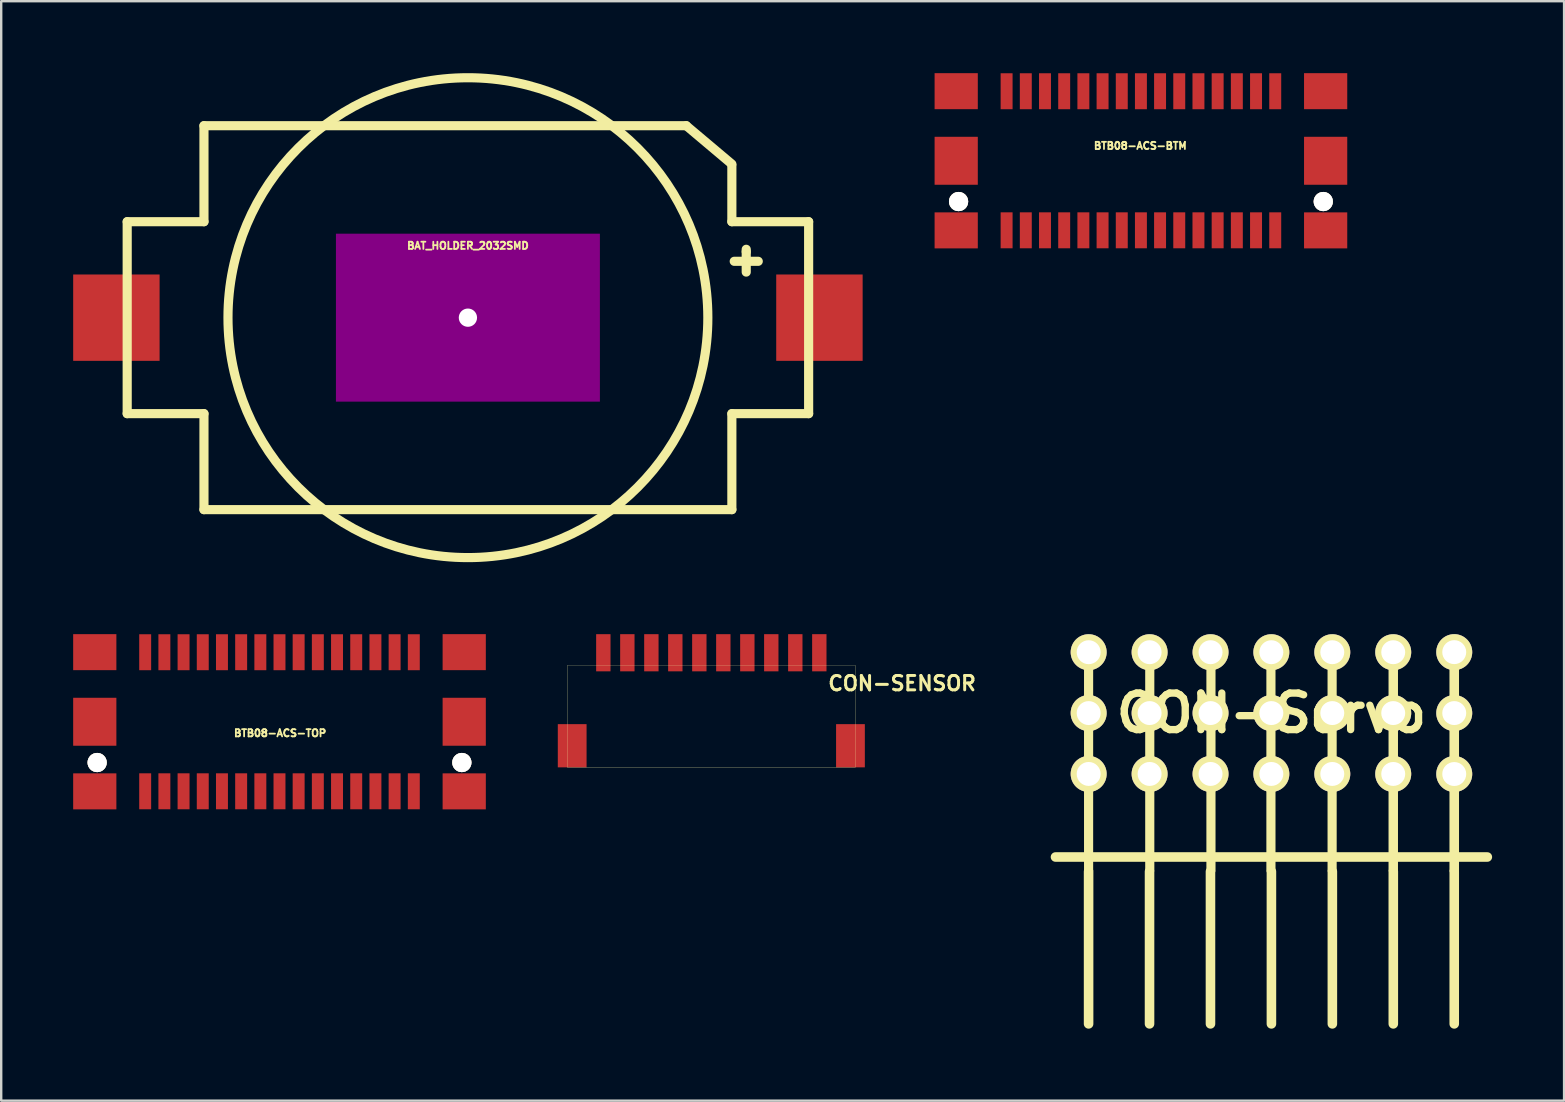
<source format=kicad_pcb>
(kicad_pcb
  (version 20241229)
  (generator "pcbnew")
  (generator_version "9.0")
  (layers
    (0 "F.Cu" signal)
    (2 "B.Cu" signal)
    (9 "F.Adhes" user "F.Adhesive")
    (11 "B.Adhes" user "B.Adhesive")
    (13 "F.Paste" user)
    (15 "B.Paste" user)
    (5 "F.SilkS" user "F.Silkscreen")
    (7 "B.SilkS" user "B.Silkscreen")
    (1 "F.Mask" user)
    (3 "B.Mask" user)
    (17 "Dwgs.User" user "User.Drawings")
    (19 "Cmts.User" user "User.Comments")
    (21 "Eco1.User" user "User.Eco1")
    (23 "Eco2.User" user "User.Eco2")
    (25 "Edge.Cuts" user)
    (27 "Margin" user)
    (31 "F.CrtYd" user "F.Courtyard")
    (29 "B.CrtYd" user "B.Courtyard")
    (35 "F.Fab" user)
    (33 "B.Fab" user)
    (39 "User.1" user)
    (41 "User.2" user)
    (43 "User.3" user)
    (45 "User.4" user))
  (footprint "BTB08-ACS-TOP"
    (layer "F.Cu")
    (at 8.599 27.032)
    (property "Reference" "BTB08-ACS-TOP" (at 0.025 0.475 0) (layer "F.SilkS") (effects (font (size 0.3 0.3) (thickness 0.075))))
    (attr smd)
    (fp_line (start -6.401 -1.801) (end -6.401 1.801) (stroke (width 0.001) (type solid)) (layer "F.SilkS"))
    (fp_line (start -6.401 1.801) (end 6.401 1.801) (stroke (width 0.001) (type solid)) (layer "F.SilkS"))
    (fp_line (start -5.799 -0.399) (end -5.799 0.8) (stroke (width 0.001) (type solid)) (layer "F.SilkS"))
    (fp_line (start -5.799 0.8) (end 5.799 0.8) (stroke (width 0.001) (type solid)) (layer "F.SilkS"))
    (fp_line (start -5.4 -0.8) (end -5.4 -0.399) (stroke (width 0.001) (type solid)) (layer "F.SilkS"))
    (fp_line (start -5.4 -0.399) (end -5.799 -0.399) (stroke (width 0.001) (type solid)) (layer "F.SilkS"))
    (fp_line (start 5.199 1.801) (end 5.598 1.199) (stroke (width 0.001) (type solid)) (layer "F.SilkS"))
    (fp_line (start 5.4 -0.8) (end -5.4 -0.8) (stroke (width 0.001) (type solid)) (layer "F.SilkS"))
    (fp_line (start 5.4 -0.399) (end 5.4 -0.8) (stroke (width 0.001) (type solid)) (layer "F.SilkS"))
    (fp_line (start 5.598 1.199) (end 5.999 1.801) (stroke (width 0.001) (type solid)) (layer "F.SilkS"))
    (fp_line (start 5.799 -0.399) (end 5.4 -0.399) (stroke (width 0.001) (type solid)) (layer "F.SilkS"))
    (fp_line (start 5.799 0.8) (end 5.799 -0.399) (stroke (width 0.001) (type solid)) (layer "F.SilkS"))
    (fp_line (start 6.401 -1.801) (end -6.401 -1.801) (stroke (width 0.001) (type solid)) (layer "F.SilkS"))
    (fp_line (start 6.401 1.801) (end 6.401 -1.801) (stroke (width 0.001) (type solid)) (layer "F.SilkS"))
    (pad "" thru_hole circle (at -7.6 1.699) (size 0.8 0.8) (drill 0.8) (layers "*.Cu" "*.Mask" "F.SilkS"))
    (pad "" thru_hole circle (at 7.6 1.699) (size 0.8 0.8) (drill 0.8) (layers "*.Cu" "*.Mask" "F.SilkS"))
    (pad "1" smd rect (at 5.598 2.898 180) (size 0.498 1.499) (layers "F.Cu" "F.Mask" "F.Paste"))
    (pad "2" smd rect (at 5.598 -2.898) (size 0.498 1.499) (layers "F.Cu" "F.Mask" "F.Paste"))
    (pad "3" smd rect (at 4.798 2.898 180) (size 0.498 1.499) (layers "F.Cu" "F.Mask" "F.Paste"))
    (pad "4" smd rect (at 4.798 -2.898) (size 0.498 1.499) (layers "F.Cu" "F.Mask" "F.Paste"))
    (pad "5" smd rect (at 3.998 2.898 180) (size 0.498 1.499) (layers "F.Cu" "F.Mask" "F.Paste"))
    (pad "6" smd rect (at 3.998 -2.898) (size 0.498 1.499) (layers "F.Cu" "F.Mask" "F.Paste"))
    (pad "7" smd rect (at 3.198 2.898 180) (size 0.498 1.499) (layers "F.Cu" "F.Mask" "F.Paste"))
    (pad "8" smd rect (at 3.198 -2.898) (size 0.498 1.499) (layers "F.Cu" "F.Mask" "F.Paste"))
    (pad "9" smd rect (at 2.398 2.898 180) (size 0.498 1.499) (layers "F.Cu" "F.Mask" "F.Paste"))
    (pad "10" smd rect (at 2.398 -2.898) (size 0.498 1.499) (layers "F.Cu" "F.Mask" "F.Paste"))
    (pad "11" smd rect (at 1.598 2.898 180) (size 0.498 1.499) (layers "F.Cu" "F.Mask" "F.Paste"))
    (pad "12" smd rect (at 1.598 -2.898) (size 0.498 1.499) (layers "F.Cu" "F.Mask" "F.Paste"))
    (pad "13" smd rect (at 0.798 2.898 180) (size 0.498 1.499) (layers "F.Cu" "F.Mask" "F.Paste"))
    (pad "14" smd rect (at 0.798 -2.898) (size 0.498 1.499) (layers "F.Cu" "F.Mask" "F.Paste"))
    (pad "15" smd rect (at 0 2.898 180) (size 0.498 1.499) (layers "F.Cu" "F.Mask" "F.Paste"))
    (pad "16" smd rect (at 0 -2.898) (size 0.498 1.499) (layers "F.Cu" "F.Mask" "F.Paste"))
    (pad "17" smd rect (at -0.798 2.898 180) (size 0.498 1.499) (layers "F.Cu" "F.Mask" "F.Paste"))
    (pad "18" smd rect (at -0.798 -2.898) (size 0.498 1.499) (layers "F.Cu" "F.Mask" "F.Paste"))
    (pad "19" smd rect (at -1.598 2.898 180) (size 0.498 1.499) (layers "F.Cu" "F.Mask" "F.Paste"))
    (pad "20" smd rect (at -1.598 -2.898) (size 0.498 1.499) (layers "F.Cu" "F.Mask" "F.Paste"))
    (pad "21" smd rect (at -2.398 2.898 180) (size 0.498 1.499) (layers "F.Cu" "F.Mask" "F.Paste"))
    (pad "22" smd rect (at -2.398 -2.898) (size 0.498 1.499) (layers "F.Cu" "F.Mask" "F.Paste"))
    (pad "23" smd rect (at -3.198 2.898 180) (size 0.498 1.499) (layers "F.Cu" "F.Mask" "F.Paste"))
    (pad "24" smd rect (at -3.198 -2.898) (size 0.498 1.499) (layers "F.Cu" "F.Mask" "F.Paste"))
    (pad "25" smd rect (at -3.998 2.898 180) (size 0.498 1.499) (layers "F.Cu" "F.Mask" "F.Paste"))
    (pad "26" smd rect (at -3.998 -2.898) (size 0.498 1.499) (layers "F.Cu" "F.Mask" "F.Paste"))
    (pad "27" smd rect (at -4.798 2.898 180) (size 0.498 1.499) (layers "F.Cu" "F.Mask" "F.Paste"))
    (pad "28" smd rect (at -4.798 -2.898) (size 0.498 1.499) (layers "F.Cu" "F.Mask" "F.Paste"))
    (pad "29" smd rect (at -5.598 2.898 180) (size 0.498 1.499) (layers "F.Cu" "F.Mask" "F.Paste"))
    (pad "30" smd rect (at -5.598 -2.898) (size 0.498 1.499) (layers "F.Cu" "F.Mask" "F.Paste"))
    (pad "EP" smd rect (at -7.699 -2.901) (size 1.801 1.501) (layers "F.Cu" "F.Mask" "F.Paste"))
    (pad "EP" smd rect (at -7.699 0) (size 1.801 1.999) (layers "F.Cu" "F.Mask" "F.Paste"))
    (pad "EP" smd rect (at -7.699 2.901) (size 1.801 1.501) (layers "F.Cu" "F.Mask" "F.Paste"))
    (pad "EP" smd rect (at 7.699 -2.901) (size 1.801 1.501) (layers "F.Cu" "F.Mask" "F.Paste"))
    (pad "EP" smd rect (at 7.699 0) (size 1.801 1.999) (layers "F.Cu" "F.Mask" "F.Paste"))
    (pad "EP" smd rect (at 7.699 2.901) (size 1.801 1.501) (layers "F.Cu" "F.Mask" "F.Paste")))
  (footprint "BAT_HOLDER_2032SMD"
    (layer "F.Cu")
    (at 16.452 10.19)
    (property "Reference" "BAT_HOLDER_2032SMD" (at 0 -3 0) (layer "F.SilkS") (effects (font (size 0.3 0.3) (thickness 0.076))))
    (attr through_hole)
    (fp_line (start -14.201 -4) (end -14.201 4) (stroke (width 0.381) (type solid)) (layer "F.SilkS"))
    (fp_line (start -11.001 -8.001) (end -11.001 -4) (stroke (width 0.381) (type solid)) (layer "F.SilkS"))
    (fp_line (start -11.001 -8.001) (end 9.101 -8.001) (stroke (width 0.381) (type solid)) (layer "F.SilkS"))
    (fp_line (start -11.001 -4) (end -14.201 -4) (stroke (width 0.381) (type solid)) (layer "F.SilkS"))
    (fp_line (start -11.001 4) (end -14.201 4) (stroke (width 0.381) (type solid)) (layer "F.SilkS"))
    (fp_line (start -11.001 8.001) (end -11.001 4) (stroke (width 0.381) (type solid)) (layer "F.SilkS"))
    (fp_line (start -11.001 8.001) (end 11.001 8.001) (stroke (width 0.381) (type solid)) (layer "F.SilkS"))
    (fp_line (start 9.101 -8.001) (end 11.001 -6.401) (stroke (width 0.381) (type solid)) (layer "F.SilkS"))
    (fp_line (start 11.001 -4) (end 11.001 -6.35) (stroke (width 0.381) (type solid)) (layer "F.SilkS"))
    (fp_line (start 11.001 -4) (end 14.201 -4) (stroke (width 0.381) (type solid)) (layer "F.SilkS"))
    (fp_line (start 11.001 4) (end 14.201 4) (stroke (width 0.381) (type solid)) (layer "F.SilkS"))
    (fp_line (start 11.001 8.001) (end 11.001 4) (stroke (width 0.381) (type solid)) (layer "F.SilkS"))
    (fp_line (start 11.1 -2.349) (end 12.101 -2.349) (stroke (width 0.381) (type solid)) (layer "F.SilkS"))
    (fp_line (start 11.6 -2.751) (end 11.6 -2.85) (stroke (width 0.381) (type solid)) (layer "F.SilkS"))
    (fp_line (start 11.6 -1.9) (end 11.6 -2.751) (stroke (width 0.381) (type solid)) (layer "F.SilkS"))
    (fp_line (start 14.201 4) (end 14.201 -4) (stroke (width 0.381) (type solid)) (layer "F.SilkS"))
    (fp_circle (center 0 0) (end 0 10) (stroke (width 0.381) (type solid)) (fill no) (layer "F.SilkS"))
    (pad "" np_thru_hole rect (at 0 0) (size 11.001 7) (drill 0.762) (layers "F.Adhes"))
    (pad "1" smd rect (at 14.651 0) (size 3.602 3.599) (layers "F.Cu" "F.Mask" "F.Paste"))
    (pad "2" smd rect (at -14.651 0) (size 3.602 3.599) (layers "F.Cu" "F.Mask" "F.Paste")))
  (footprint "BTB08-ACS-BTM"
    (layer "F.Cu")
    (at 44.502 3.651)
    (property "Reference" "BTB08-ACS-BTM" (at -0.025 -0.625 0) (layer "F.SilkS") (effects (font (size 0.3 0.3) (thickness 0.075))))
    (attr smd)
    (fp_line (start -6.401 -1.801) (end -6.401 1.801) (stroke (width 0.001) (type solid)) (layer "F.SilkS"))
    (fp_line (start -6.401 1.801) (end 6.401 1.801) (stroke (width 0.001) (type solid)) (layer "F.SilkS"))
    (fp_line (start -5.999 -0.599) (end -5.999 1.001) (stroke (width 0.001) (type solid)) (layer "F.SilkS"))
    (fp_line (start -5.999 1.001) (end 5.999 1.001) (stroke (width 0.001) (type solid)) (layer "F.SilkS"))
    (fp_line (start -5.999 1.801) (end -5.601 1.199) (stroke (width 0.001) (type solid)) (layer "F.SilkS"))
    (fp_line (start -5.601 -1.001) (end -5.601 -0.599) (stroke (width 0.001) (type solid)) (layer "F.SilkS"))
    (fp_line (start -5.601 -0.599) (end -5.999 -0.599) (stroke (width 0.001) (type solid)) (layer "F.SilkS"))
    (fp_line (start -5.601 1.199) (end -5.199 1.801) (stroke (width 0.001) (type solid)) (layer "F.SilkS"))
    (fp_line (start 5.601 -1.001) (end -5.601 -1.001) (stroke (width 0.001) (type solid)) (layer "F.SilkS"))
    (fp_line (start 5.601 -0.599) (end 5.601 -1.001) (stroke (width 0.001) (type solid)) (layer "F.SilkS"))
    (fp_line (start 5.999 -0.599) (end 5.601 -0.599) (stroke (width 0.001) (type solid)) (layer "F.SilkS"))
    (fp_line (start 5.999 1.001) (end 5.999 -0.599) (stroke (width 0.001) (type solid)) (layer "F.SilkS"))
    (fp_line (start 6.401 -1.801) (end -6.401 -1.801) (stroke (width 0.001) (type solid)) (layer "F.SilkS"))
    (fp_line (start 6.401 1.801) (end 6.401 -1.801) (stroke (width 0.001) (type solid)) (layer "F.SilkS"))
    (pad "" thru_hole circle (at -7.6 1.699) (size 0.8 0.8) (drill 0.8) (layers "*.Cu" "*.Mask" "F.SilkS"))
    (pad "" thru_hole circle (at 7.6 1.699) (size 0.8 0.8) (drill 0.8) (layers "*.Cu" "*.Mask" "F.SilkS"))
    (pad "1" smd rect (at -5.598 2.898 180) (size 0.498 1.499) (layers "F.Cu" "F.Mask" "F.Paste"))
    (pad "2" smd rect (at -5.598 -2.898) (size 0.498 1.499) (layers "F.Cu" "F.Mask" "F.Paste"))
    (pad "3" smd rect (at -4.798 2.898 180) (size 0.498 1.499) (layers "F.Cu" "F.Mask" "F.Paste"))
    (pad "4" smd rect (at -4.798 -2.898) (size 0.498 1.499) (layers "F.Cu" "F.Mask" "F.Paste"))
    (pad "5" smd rect (at -3.998 2.898 180) (size 0.498 1.499) (layers "F.Cu" "F.Mask" "F.Paste"))
    (pad "6" smd rect (at -3.998 -2.898) (size 0.498 1.499) (layers "F.Cu" "F.Mask" "F.Paste"))
    (pad "7" smd rect (at -3.198 2.898 180) (size 0.498 1.499) (layers "F.Cu" "F.Mask" "F.Paste"))
    (pad "8" smd rect (at -3.198 -2.898) (size 0.498 1.499) (layers "F.Cu" "F.Mask" "F.Paste"))
    (pad "9" smd rect (at -2.398 2.898 180) (size 0.498 1.499) (layers "F.Cu" "F.Mask" "F.Paste"))
    (pad "10" smd rect (at -2.398 -2.898) (size 0.498 1.499) (layers "F.Cu" "F.Mask" "F.Paste"))
    (pad "11" smd rect (at -1.598 2.898 180) (size 0.498 1.499) (layers "F.Cu" "F.Mask" "F.Paste"))
    (pad "12" smd rect (at -1.598 -2.898) (size 0.498 1.499) (layers "F.Cu" "F.Mask" "F.Paste"))
    (pad "13" smd rect (at -0.798 2.898 180) (size 0.498 1.499) (layers "F.Cu" "F.Mask" "F.Paste"))
    (pad "14" smd rect (at -0.798 -2.898) (size 0.498 1.499) (layers "F.Cu" "F.Mask" "F.Paste"))
    (pad "15" smd rect (at 0 2.898 180) (size 0.498 1.499) (layers "F.Cu" "F.Mask" "F.Paste"))
    (pad "16" smd rect (at 0 -2.898) (size 0.498 1.499) (layers "F.Cu" "F.Mask" "F.Paste"))
    (pad "17" smd rect (at 0.798 2.898 180) (size 0.498 1.499) (layers "F.Cu" "F.Mask" "F.Paste"))
    (pad "18" smd rect (at 0.798 -2.898) (size 0.498 1.499) (layers "F.Cu" "F.Mask" "F.Paste"))
    (pad "19" smd rect (at 1.598 2.898 180) (size 0.498 1.499) (layers "F.Cu" "F.Mask" "F.Paste"))
    (pad "20" smd rect (at 1.598 -2.898) (size 0.498 1.499) (layers "F.Cu" "F.Mask" "F.Paste"))
    (pad "21" smd rect (at 2.398 2.898 180) (size 0.498 1.499) (layers "F.Cu" "F.Mask" "F.Paste"))
    (pad "22" smd rect (at 2.398 -2.898) (size 0.498 1.499) (layers "F.Cu" "F.Mask" "F.Paste"))
    (pad "23" smd rect (at 3.198 2.898 180) (size 0.498 1.499) (layers "F.Cu" "F.Mask" "F.Paste"))
    (pad "24" smd rect (at 3.198 -2.898) (size 0.498 1.499) (layers "F.Cu" "F.Mask" "F.Paste"))
    (pad "25" smd rect (at 3.998 2.898 180) (size 0.498 1.499) (layers "F.Cu" "F.Mask" "F.Paste"))
    (pad "26" smd rect (at 3.998 -2.898) (size 0.498 1.499) (layers "F.Cu" "F.Mask" "F.Paste"))
    (pad "27" smd rect (at 4.798 2.898 180) (size 0.498 1.499) (layers "F.Cu" "F.Mask" "F.Paste"))
    (pad "28" smd rect (at 4.798 -2.898) (size 0.498 1.499) (layers "F.Cu" "F.Mask" "F.Paste"))
    (pad "29" smd rect (at 5.598 2.898 180) (size 0.498 1.499) (layers "F.Cu" "F.Mask" "F.Paste"))
    (pad "30" smd rect (at 5.598 -2.898) (size 0.498 1.499) (layers "F.Cu" "F.Mask" "F.Paste"))
    (pad "EP" smd rect (at -7.699 -2.901) (size 1.801 1.501) (layers "F.Cu" "F.Mask" "F.Paste"))
    (pad "EP" smd rect (at -7.699 0) (size 1.801 1.999) (layers "F.Cu" "F.Mask" "F.Paste"))
    (pad "EP" smd rect (at -7.699 2.901) (size 1.801 1.501) (layers "F.Cu" "F.Mask" "F.Paste"))
    (pad "EP" smd rect (at 7.699 -2.901) (size 1.801 1.501) (layers "F.Cu" "F.Mask" "F.Paste"))
    (pad "EP" smd rect (at 7.699 0) (size 1.801 1.999) (layers "F.Cu" "F.Mask" "F.Paste"))
    (pad "EP" smd rect (at 7.699 2.901) (size 1.801 1.501) (layers "F.Cu" "F.Mask" "F.Paste")))
  (footprint "CON-Servo"
    (layer "F.Cu")
    (at 49.941 26.67)
    (property "Reference" "CON-Servo" (at 0 0 0) (layer "F.SilkS") (effects (font (size 1.524 1.524) (thickness 0.305))))
    (attr through_hole)
    (fp_line (start -7.62 -2.55) (end -7.62 2.601) (stroke (width 0.381) (type solid)) (layer "F.SilkS"))
    (fp_line (start -7.62 2.55) (end -7.62 6.551) (stroke (width 0.381) (type solid)) (layer "F.SilkS"))
    (fp_line (start -7.62 12.954) (end -7.62 6.604) (stroke (width 0.399) (type solid)) (layer "F.SilkS"))
    (fp_line (start -5.08 12.954) (end -5.08 6.604) (stroke (width 0.399) (type solid)) (layer "F.SilkS"))
    (fp_line (start -5.07 -2.601) (end -5.07 2.601) (stroke (width 0.381) (type solid)) (layer "F.SilkS"))
    (fp_line (start -5.07 2.55) (end -5.07 6.551) (stroke (width 0.381) (type solid)) (layer "F.SilkS"))
    (fp_line (start -2.54 12.954) (end -2.54 6.604) (stroke (width 0.399) (type solid)) (layer "F.SilkS"))
    (fp_line (start -2.52 -2.55) (end -2.52 2.55) (stroke (width 0.381) (type solid)) (layer "F.SilkS"))
    (fp_line (start -2.52 2.55) (end -2.52 6.551) (stroke (width 0.381) (type solid)) (layer "F.SilkS"))
    (fp_line (start -0.02 -2.601) (end -0.02 2.601) (stroke (width 0.381) (type solid)) (layer "F.SilkS"))
    (fp_line (start -0.02 2.55) (end -0.02 6.551) (stroke (width 0.381) (type solid)) (layer "F.SilkS"))
    (fp_line (start 0 5.999) (end -8.999 5.999) (stroke (width 0.399) (type solid)) (layer "F.SilkS"))
    (fp_line (start 0 5.999) (end 8.999 5.999) (stroke (width 0.399) (type solid)) (layer "F.SilkS"))
    (fp_line (start 0 12.954) (end 0 6.604) (stroke (width 0.399) (type solid)) (layer "F.SilkS"))
    (fp_line (start 2.53 -2.55) (end 2.53 2.601) (stroke (width 0.381) (type solid)) (layer "F.SilkS"))
    (fp_line (start 2.53 2.55) (end 2.53 6.551) (stroke (width 0.381) (type solid)) (layer "F.SilkS"))
    (fp_line (start 2.54 12.954) (end 2.54 6.604) (stroke (width 0.399) (type solid)) (layer "F.SilkS"))
    (fp_line (start 5.08 -2.55) (end 5.08 2.55) (stroke (width 0.381) (type solid)) (layer "F.SilkS"))
    (fp_line (start 5.08 -2.55) (end 5.08 2.55) (stroke (width 0.381) (type solid)) (layer "F.SilkS"))
    (fp_line (start 5.08 2.55) (end 5.08 6.551) (stroke (width 0.381) (type solid)) (layer "F.SilkS"))
    (fp_line (start 5.08 2.55) (end 5.08 6.551) (stroke (width 0.381) (type solid)) (layer "F.SilkS"))
    (fp_line (start 5.08 12.954) (end 5.08 6.604) (stroke (width 0.399) (type solid)) (layer "F.SilkS"))
    (fp_line (start 7.62 -2.55) (end 7.62 6.551) (stroke (width 0.399) (type solid)) (layer "F.SilkS"))
    (fp_line (start 7.62 12.954) (end 7.62 6.604) (stroke (width 0.399) (type solid)) (layer "F.SilkS"))
    (pad "A1" thru_hole circle (at -7.617 2.537) (size 1.499 1.499) (drill 0.998) (layers "*.Cu" "*.Mask" "F.SilkS"))
    (pad "A2" thru_hole circle (at -7.617 0) (size 1.499 1.499) (drill 0.998) (layers "*.Cu" "*.Mask" "F.SilkS"))
    (pad "A3" thru_hole circle (at -7.617 -2.537) (size 1.499 1.499) (drill 0.998) (layers "*.Cu" "*.Mask" "F.SilkS"))
    (pad "B1" thru_hole circle (at -5.077 2.537) (size 1.499 1.499) (drill 0.998) (layers "*.Cu" "*.Mask" "F.SilkS"))
    (pad "B2" thru_hole circle (at -5.077 0) (size 1.499 1.499) (drill 0.998) (layers "*.Cu" "*.Mask" "F.SilkS"))
    (pad "B3" thru_hole circle (at -5.077 -2.537) (size 1.499 1.499) (drill 0.998) (layers "*.Cu" "*.Mask" "F.SilkS"))
    (pad "C1" thru_hole circle (at -2.537 2.537) (size 1.499 1.499) (drill 0.998) (layers "*.Cu" "*.Mask" "F.SilkS"))
    (pad "C2" thru_hole circle (at -2.537 0) (size 1.499 1.499) (drill 0.998) (layers "*.Cu" "*.Mask" "F.SilkS"))
    (pad "C3" thru_hole circle (at -2.537 -2.537) (size 1.499 1.499) (drill 0.998) (layers "*.Cu" "*.Mask" "F.SilkS"))
    (pad "D1" thru_hole circle (at -0.003 2.537) (size 1.499 1.499) (drill 0.998) (layers "*.Cu" "*.Mask" "F.SilkS"))
    (pad "D2" thru_hole circle (at -0.003 0) (size 1.499 1.499) (drill 0.998) (layers "*.Cu" "*.Mask" "F.SilkS"))
    (pad "D3" thru_hole circle (at -0.003 -2.537) (size 1.499 1.499) (drill 0.998) (layers "*.Cu" "*.Mask" "F.SilkS"))
    (pad "E1" thru_hole circle (at 2.537 2.537) (size 1.499 1.499) (drill 0.998) (layers "*.Cu" "*.Mask" "F.SilkS"))
    (pad "E2" thru_hole circle (at 2.537 0) (size 1.499 1.499) (drill 0.998) (layers "*.Cu" "*.Mask" "F.SilkS"))
    (pad "E3" thru_hole circle (at 2.537 -2.537) (size 1.499 1.499) (drill 0.998) (layers "*.Cu" "*.Mask" "F.SilkS"))
    (pad "F1" thru_hole circle (at 5.077 2.537) (size 1.499 1.499) (drill 0.998) (layers "*.Cu" "*.Mask" "F.SilkS"))
    (pad "F2" thru_hole circle (at 5.077 0) (size 1.499 1.499) (drill 0.998) (layers "*.Cu" "*.Mask" "F.SilkS"))
    (pad "F3" thru_hole circle (at 5.077 -2.537) (size 1.499 1.499) (drill 0.998) (layers "*.Cu" "*.Mask" "F.SilkS"))
    (pad "G1" thru_hole circle (at 7.62 2.54) (size 1.499 1.499) (drill 0.998) (layers "*.Cu" "*.Mask" "F.SilkS"))
    (pad "G2" thru_hole circle (at 7.62 0) (size 1.499 1.499) (drill 0.998) (layers "*.Cu" "*.Mask" "F.SilkS"))
    (pad "G3" thru_hole circle (at 7.62 -2.54) (size 1.499 1.499) (drill 0.998) (layers "*.Cu" "*.Mask" "F.SilkS")))
  (footprint "CON-SENSOR"
    (layer "F.Cu")
    (at 26.597 28.931)
    (property "Reference" "CON-SENSOR" (at 7.95 -3.5 0) (layer "F.SilkS") (effects (font (size 0.599 0.599) (thickness 0.124))))
    (attr through_hole)
    (fp_line (start -5.999 -4.249) (end -5.999 0) (stroke (width 0.01) (type solid)) (layer "F.SilkS"))
    (fp_line (start -5.999 0) (end 5.999 0) (stroke (width 0.01) (type solid)) (layer "F.SilkS"))
    (fp_line (start 5.999 -4.249) (end -5.999 -4.249) (stroke (width 0.01) (type solid)) (layer "F.SilkS"))
    (fp_line (start 5.999 0) (end 5.999 -4.249) (stroke (width 0.01) (type solid)) (layer "F.SilkS"))
    (pad "1" smd rect (at -4.501 -4.775) (size 0.599 1.549) (layers "F.Cu" "F.Mask" "F.Paste"))
    (pad "2" smd rect (at -3.5 -4.775) (size 0.599 1.549) (layers "F.Cu" "F.Mask" "F.Paste"))
    (pad "3" smd rect (at -2.499 -4.775) (size 0.599 1.549) (layers "F.Cu" "F.Mask" "F.Paste"))
    (pad "4" smd rect (at -1.501 -4.775) (size 0.599 1.549) (layers "F.Cu" "F.Mask" "F.Paste"))
    (pad "5" smd rect (at -0.5 -4.775) (size 0.599 1.549) (layers "F.Cu" "F.Mask" "F.Paste"))
    (pad "6" smd rect (at 0.5 -4.775) (size 0.599 1.549) (layers "F.Cu" "F.Mask" "F.Paste"))
    (pad "7" smd rect (at 1.501 -4.775) (size 0.599 1.549) (layers "F.Cu" "F.Mask" "F.Paste"))
    (pad "8" smd rect (at 2.499 -4.775) (size 0.599 1.549) (layers "F.Cu" "F.Mask" "F.Paste"))
    (pad "9" smd rect (at 3.5 -4.775) (size 0.599 1.549) (layers "F.Cu" "F.Mask" "F.Paste"))
    (pad "10" smd rect (at 4.501 -4.775) (size 0.599 1.549) (layers "F.Cu" "F.Mask" "F.Paste"))
    (pad "EP" smd rect (at -5.799 -0.899) (size 1.199 1.801) (layers "F.Cu" "F.Mask" "F.Paste"))
    (pad "EP" smd rect (at 5.799 -0.899) (size 1.199 1.801) (layers "F.Cu" "F.Mask" "F.Paste")))
  (gr_rect
    (start -3 -3)
    (end 62.139 42.824)
    (stroke (width 0.1) (type default))
    (fill no)
    (layer "Edge.Cuts")))
</source>
